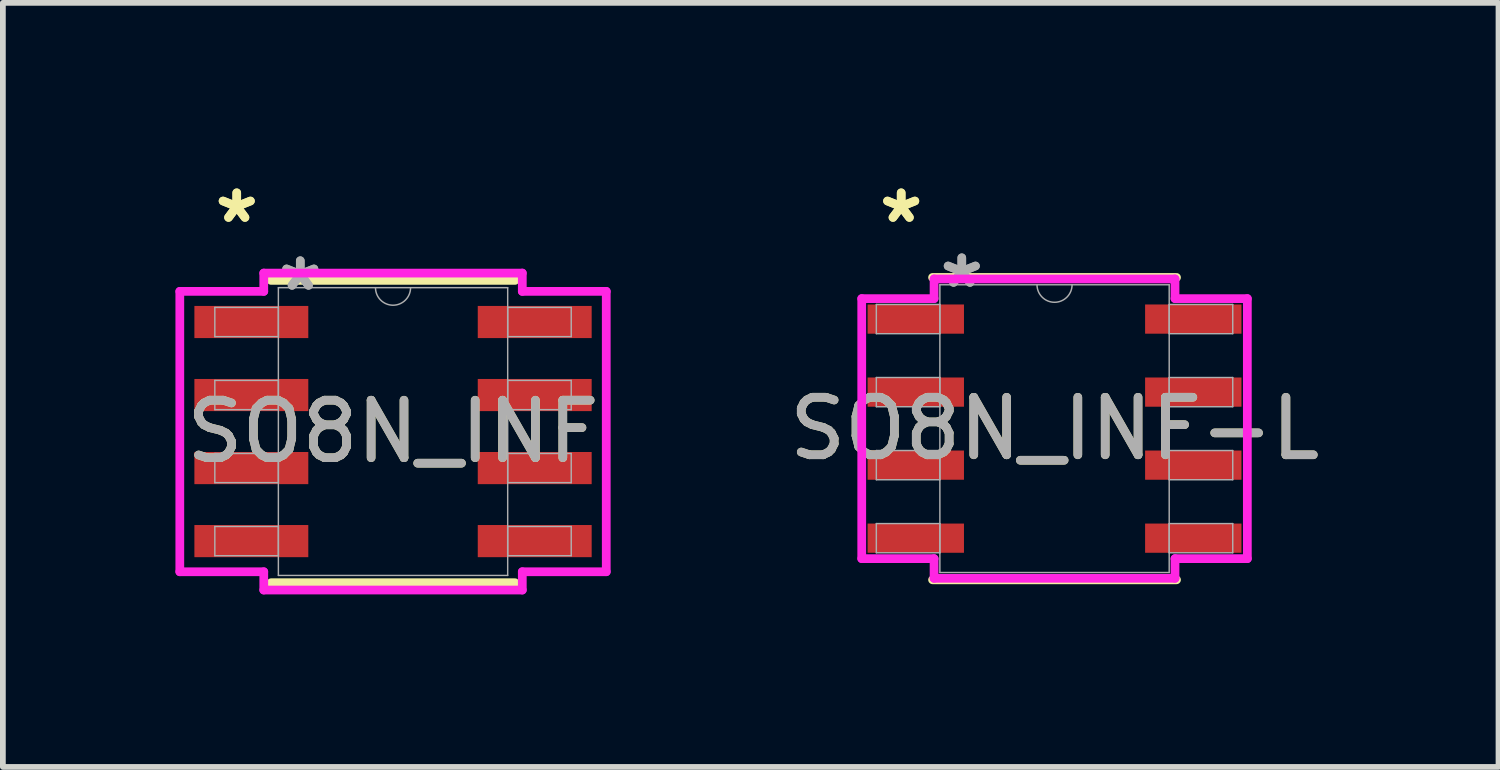
<source format=kicad_pcb>
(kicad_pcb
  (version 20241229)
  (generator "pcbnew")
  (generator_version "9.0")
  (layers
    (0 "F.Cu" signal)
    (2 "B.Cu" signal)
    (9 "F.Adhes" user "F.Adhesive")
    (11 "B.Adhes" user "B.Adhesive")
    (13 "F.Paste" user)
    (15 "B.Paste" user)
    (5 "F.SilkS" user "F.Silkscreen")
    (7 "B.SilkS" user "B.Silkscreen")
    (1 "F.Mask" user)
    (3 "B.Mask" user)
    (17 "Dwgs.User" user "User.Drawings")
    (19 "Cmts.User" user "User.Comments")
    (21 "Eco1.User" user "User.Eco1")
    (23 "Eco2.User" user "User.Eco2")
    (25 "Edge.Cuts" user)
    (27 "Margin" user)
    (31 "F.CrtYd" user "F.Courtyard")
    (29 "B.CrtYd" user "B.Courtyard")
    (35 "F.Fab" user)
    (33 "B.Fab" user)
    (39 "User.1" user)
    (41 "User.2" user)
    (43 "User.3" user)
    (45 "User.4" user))
  (footprint "SO8N_INF-L"
    (layer "F.Cu")
    (at 15.289 4.404)
    (property "Reference" "SO8N_INF-L" (at 0 0 0) (unlocked yes) (layer "F.SilkS") (effects (font (size 1 1) (thickness 0.15))))
    (attr smd)
    (fp_line (start -2.121 2.629) (end 2.121 2.629) (stroke (width 0.152) (type solid)) (layer "F.SilkS"))
    (fp_line (start 2.121 -2.629) (end -2.121 -2.629) (stroke (width 0.152) (type solid)) (layer "F.SilkS"))
    (fp_line (start -3.353 -2.261) (end -2.095 -2.261) (stroke (width 0.152) (type solid)) (layer "F.CrtYd"))
    (fp_line (start -3.353 2.261) (end -3.353 -2.261) (stroke (width 0.152) (type solid)) (layer "F.CrtYd"))
    (fp_line (start -3.353 2.261) (end -2.095 2.261) (stroke (width 0.152) (type solid)) (layer "F.CrtYd"))
    (fp_line (start -2.095 -2.603) (end 2.095 -2.603) (stroke (width 0.152) (type solid)) (layer "F.CrtYd"))
    (fp_line (start -2.095 -2.261) (end -2.095 -2.603) (stroke (width 0.152) (type solid)) (layer "F.CrtYd"))
    (fp_line (start -2.095 2.603) (end -2.095 2.261) (stroke (width 0.152) (type solid)) (layer "F.CrtYd"))
    (fp_line (start 2.095 -2.603) (end 2.095 -2.261) (stroke (width 0.152) (type solid)) (layer "F.CrtYd"))
    (fp_line (start 2.095 2.261) (end 2.095 2.603) (stroke (width 0.152) (type solid)) (layer "F.CrtYd"))
    (fp_line (start 2.095 2.603) (end -2.095 2.603) (stroke (width 0.152) (type solid)) (layer "F.CrtYd"))
    (fp_line (start 3.353 -2.261) (end 2.095 -2.261) (stroke (width 0.152) (type solid)) (layer "F.CrtYd"))
    (fp_line (start 3.353 -2.261) (end 3.353 2.261) (stroke (width 0.152) (type solid)) (layer "F.CrtYd"))
    (fp_line (start 3.353 2.261) (end 2.095 2.261) (stroke (width 0.152) (type solid)) (layer "F.CrtYd"))
    (fp_line (start -3.099 -2.159) (end -3.099 -1.651) (stroke (width 0.025) (type solid)) (layer "F.Fab"))
    (fp_line (start -3.099 -1.651) (end -1.994 -1.651) (stroke (width 0.025) (type solid)) (layer "F.Fab"))
    (fp_line (start -3.099 -0.889) (end -3.099 -0.381) (stroke (width 0.025) (type solid)) (layer "F.Fab"))
    (fp_line (start -3.099 -0.381) (end -1.994 -0.381) (stroke (width 0.025) (type solid)) (layer "F.Fab"))
    (fp_line (start -3.099 0.381) (end -3.099 0.889) (stroke (width 0.025) (type solid)) (layer "F.Fab"))
    (fp_line (start -3.099 0.889) (end -1.994 0.889) (stroke (width 0.025) (type solid)) (layer "F.Fab"))
    (fp_line (start -3.099 1.651) (end -3.099 2.159) (stroke (width 0.025) (type solid)) (layer "F.Fab"))
    (fp_line (start -3.099 2.159) (end -1.994 2.159) (stroke (width 0.025) (type solid)) (layer "F.Fab"))
    (fp_line (start -1.994 -2.502) (end -1.994 2.502) (stroke (width 0.025) (type solid)) (layer "F.Fab"))
    (fp_line (start -1.994 -2.159) (end -3.099 -2.159) (stroke (width 0.025) (type solid)) (layer "F.Fab"))
    (fp_line (start -1.994 -1.651) (end -1.994 -2.159) (stroke (width 0.025) (type solid)) (layer "F.Fab"))
    (fp_line (start -1.994 -0.889) (end -3.099 -0.889) (stroke (width 0.025) (type solid)) (layer "F.Fab"))
    (fp_line (start -1.994 -0.381) (end -1.994 -0.889) (stroke (width 0.025) (type solid)) (layer "F.Fab"))
    (fp_line (start -1.994 0.381) (end -3.099 0.381) (stroke (width 0.025) (type solid)) (layer "F.Fab"))
    (fp_line (start -1.994 0.889) (end -1.994 0.381) (stroke (width 0.025) (type solid)) (layer "F.Fab"))
    (fp_line (start -1.994 1.651) (end -3.099 1.651) (stroke (width 0.025) (type solid)) (layer "F.Fab"))
    (fp_line (start -1.994 2.159) (end -1.994 1.651) (stroke (width 0.025) (type solid)) (layer "F.Fab"))
    (fp_line (start -1.994 2.502) (end 1.994 2.502) (stroke (width 0.025) (type solid)) (layer "F.Fab"))
    (fp_line (start 1.994 -2.502) (end -1.994 -2.502) (stroke (width 0.025) (type solid)) (layer "F.Fab"))
    (fp_line (start 1.994 -2.159) (end 1.994 -1.651) (stroke (width 0.025) (type solid)) (layer "F.Fab"))
    (fp_line (start 1.994 -1.651) (end 3.099 -1.651) (stroke (width 0.025) (type solid)) (layer "F.Fab"))
    (fp_line (start 1.994 -0.889) (end 1.994 -0.381) (stroke (width 0.025) (type solid)) (layer "F.Fab"))
    (fp_line (start 1.994 -0.381) (end 3.099 -0.381) (stroke (width 0.025) (type solid)) (layer "F.Fab"))
    (fp_line (start 1.994 0.381) (end 1.994 0.889) (stroke (width 0.025) (type solid)) (layer "F.Fab"))
    (fp_line (start 1.994 0.889) (end 3.099 0.889) (stroke (width 0.025) (type solid)) (layer "F.Fab"))
    (fp_line (start 1.994 1.651) (end 1.994 2.159) (stroke (width 0.025) (type solid)) (layer "F.Fab"))
    (fp_line (start 1.994 2.159) (end 3.099 2.159) (stroke (width 0.025) (type solid)) (layer "F.Fab"))
    (fp_line (start 1.994 2.502) (end 1.994 -2.502) (stroke (width 0.025) (type solid)) (layer "F.Fab"))
    (fp_line (start 3.099 -2.159) (end 1.994 -2.159) (stroke (width 0.025) (type solid)) (layer "F.Fab"))
    (fp_line (start 3.099 -1.651) (end 3.099 -2.159) (stroke (width 0.025) (type solid)) (layer "F.Fab"))
    (fp_line (start 3.099 -0.889) (end 1.994 -0.889) (stroke (width 0.025) (type solid)) (layer "F.Fab"))
    (fp_line (start 3.099 -0.381) (end 3.099 -0.889) (stroke (width 0.025) (type solid)) (layer "F.Fab"))
    (fp_line (start 3.099 0.381) (end 1.994 0.381) (stroke (width 0.025) (type solid)) (layer "F.Fab"))
    (fp_line (start 3.099 0.889) (end 3.099 0.381) (stroke (width 0.025) (type solid)) (layer "F.Fab"))
    (fp_line (start 3.099 1.651) (end 1.994 1.651) (stroke (width 0.025) (type solid)) (layer "F.Fab"))
    (fp_line (start 3.099 2.159) (end 3.099 1.651) (stroke (width 0.025) (type solid)) (layer "F.Fab"))
    (fp_arc (start 0.3048 -2.5019) (mid 0 -2.1971) (end -0.3048 -2.5019) (stroke (width 0.0254) (type solid)) (layer "F.Fab"))
    (fp_text user "*" (at -2.667 -3.556 0) (unlocked yes) (layer "F.SilkS") (effects (font (size 1 1) (thickness 0.15))))
    (fp_text user "*" (at -2.667 -3.556 0) (layer "F.SilkS") (effects (font (size 1 1) (thickness 0.15))))
    (fp_text user "*" (at -1.613 -2.426 0) (unlocked yes) (layer "F.Fab") (effects (font (size 1 1) (thickness 0.15))))
    (fp_text user "*" (at -1.613 -2.426 0) (layer "F.Fab") (effects (font (size 1 1) (thickness 0.15))))
    (fp_text user "${REFERENCE}" (at 0 0 0) (unlocked yes) (layer "F.Fab") (effects (font (size 1 1) (thickness 0.15))))
    (pad "1" smd rect (at -2.413 -1.905) (size 1.676 0.508) (layers "F.Cu" "F.Mask" "F.Paste"))
    (pad "2" smd rect (at -2.413 -0.635) (size 1.676 0.508) (layers "F.Cu" "F.Mask" "F.Paste"))
    (pad "3" smd rect (at -2.413 0.635) (size 1.676 0.508) (layers "F.Cu" "F.Mask" "F.Paste"))
    (pad "4" smd rect (at -2.413 1.905) (size 1.676 0.508) (layers "F.Cu" "F.Mask" "F.Paste"))
    (pad "5" smd rect (at 2.413 1.905) (size 1.676 0.508) (layers "F.Cu" "F.Mask" "F.Paste"))
    (pad "6" smd rect (at 2.413 0.635) (size 1.676 0.508) (layers "F.Cu" "F.Mask" "F.Paste"))
    (pad "7" smd rect (at 2.413 -0.635) (size 1.676 0.508) (layers "F.Cu" "F.Mask" "F.Paste"))
    (pad "8" smd rect (at 2.413 -1.905) (size 1.676 0.508) (layers "F.Cu" "F.Mask" "F.Paste")))
  (footprint "SO8N_INF"
    (layer "F.Cu")
    (at 3.785 4.455)
    (property "Reference" "SO8N_INF" (at 0 0 0) (unlocked yes) (layer "F.SilkS") (effects (font (size 1 1) (thickness 0.15))))
    (attr smd)
    (fp_line (start -2.121 2.629) (end 2.121 2.629) (stroke (width 0.152) (type solid)) (layer "F.SilkS"))
    (fp_line (start 2.121 -2.629) (end -2.121 -2.629) (stroke (width 0.152) (type solid)) (layer "F.SilkS"))
    (fp_line (start -3.708 -2.438) (end -2.248 -2.438) (stroke (width 0.152) (type solid)) (layer "F.CrtYd"))
    (fp_line (start -3.708 2.438) (end -3.708 -2.438) (stroke (width 0.152) (type solid)) (layer "F.CrtYd"))
    (fp_line (start -3.708 2.438) (end -2.248 2.438) (stroke (width 0.152) (type solid)) (layer "F.CrtYd"))
    (fp_line (start -2.248 -2.756) (end 2.248 -2.756) (stroke (width 0.152) (type solid)) (layer "F.CrtYd"))
    (fp_line (start -2.248 -2.438) (end -2.248 -2.756) (stroke (width 0.152) (type solid)) (layer "F.CrtYd"))
    (fp_line (start -2.248 2.756) (end -2.248 2.438) (stroke (width 0.152) (type solid)) (layer "F.CrtYd"))
    (fp_line (start 2.248 -2.756) (end 2.248 -2.438) (stroke (width 0.152) (type solid)) (layer "F.CrtYd"))
    (fp_line (start 2.248 2.438) (end 2.248 2.756) (stroke (width 0.152) (type solid)) (layer "F.CrtYd"))
    (fp_line (start 2.248 2.756) (end -2.248 2.756) (stroke (width 0.152) (type solid)) (layer "F.CrtYd"))
    (fp_line (start 3.708 -2.438) (end 2.248 -2.438) (stroke (width 0.152) (type solid)) (layer "F.CrtYd"))
    (fp_line (start 3.708 -2.438) (end 3.708 2.438) (stroke (width 0.152) (type solid)) (layer "F.CrtYd"))
    (fp_line (start 3.708 2.438) (end 2.248 2.438) (stroke (width 0.152) (type solid)) (layer "F.CrtYd"))
    (fp_line (start -3.099 -2.159) (end -3.099 -1.651) (stroke (width 0.025) (type solid)) (layer "F.Fab"))
    (fp_line (start -3.099 -1.651) (end -1.994 -1.651) (stroke (width 0.025) (type solid)) (layer "F.Fab"))
    (fp_line (start -3.099 -0.889) (end -3.099 -0.381) (stroke (width 0.025) (type solid)) (layer "F.Fab"))
    (fp_line (start -3.099 -0.381) (end -1.994 -0.381) (stroke (width 0.025) (type solid)) (layer "F.Fab"))
    (fp_line (start -3.099 0.381) (end -3.099 0.889) (stroke (width 0.025) (type solid)) (layer "F.Fab"))
    (fp_line (start -3.099 0.889) (end -1.994 0.889) (stroke (width 0.025) (type solid)) (layer "F.Fab"))
    (fp_line (start -3.099 1.651) (end -3.099 2.159) (stroke (width 0.025) (type solid)) (layer "F.Fab"))
    (fp_line (start -3.099 2.159) (end -1.994 2.159) (stroke (width 0.025) (type solid)) (layer "F.Fab"))
    (fp_line (start -1.994 -2.502) (end -1.994 2.502) (stroke (width 0.025) (type solid)) (layer "F.Fab"))
    (fp_line (start -1.994 -2.159) (end -3.099 -2.159) (stroke (width 0.025) (type solid)) (layer "F.Fab"))
    (fp_line (start -1.994 -1.651) (end -1.994 -2.159) (stroke (width 0.025) (type solid)) (layer "F.Fab"))
    (fp_line (start -1.994 -0.889) (end -3.099 -0.889) (stroke (width 0.025) (type solid)) (layer "F.Fab"))
    (fp_line (start -1.994 -0.381) (end -1.994 -0.889) (stroke (width 0.025) (type solid)) (layer "F.Fab"))
    (fp_line (start -1.994 0.381) (end -3.099 0.381) (stroke (width 0.025) (type solid)) (layer "F.Fab"))
    (fp_line (start -1.994 0.889) (end -1.994 0.381) (stroke (width 0.025) (type solid)) (layer "F.Fab"))
    (fp_line (start -1.994 1.651) (end -3.099 1.651) (stroke (width 0.025) (type solid)) (layer "F.Fab"))
    (fp_line (start -1.994 2.159) (end -1.994 1.651) (stroke (width 0.025) (type solid)) (layer "F.Fab"))
    (fp_line (start -1.994 2.502) (end 1.994 2.502) (stroke (width 0.025) (type solid)) (layer "F.Fab"))
    (fp_line (start 1.994 -2.502) (end -1.994 -2.502) (stroke (width 0.025) (type solid)) (layer "F.Fab"))
    (fp_line (start 1.994 -2.159) (end 1.994 -1.651) (stroke (width 0.025) (type solid)) (layer "F.Fab"))
    (fp_line (start 1.994 -1.651) (end 3.099 -1.651) (stroke (width 0.025) (type solid)) (layer "F.Fab"))
    (fp_line (start 1.994 -0.889) (end 1.994 -0.381) (stroke (width 0.025) (type solid)) (layer "F.Fab"))
    (fp_line (start 1.994 -0.381) (end 3.099 -0.381) (stroke (width 0.025) (type solid)) (layer "F.Fab"))
    (fp_line (start 1.994 0.381) (end 1.994 0.889) (stroke (width 0.025) (type solid)) (layer "F.Fab"))
    (fp_line (start 1.994 0.889) (end 3.099 0.889) (stroke (width 0.025) (type solid)) (layer "F.Fab"))
    (fp_line (start 1.994 1.651) (end 1.994 2.159) (stroke (width 0.025) (type solid)) (layer "F.Fab"))
    (fp_line (start 1.994 2.159) (end 3.099 2.159) (stroke (width 0.025) (type solid)) (layer "F.Fab"))
    (fp_line (start 1.994 2.502) (end 1.994 -2.502) (stroke (width 0.025) (type solid)) (layer "F.Fab"))
    (fp_line (start 3.099 -2.159) (end 1.994 -2.159) (stroke (width 0.025) (type solid)) (layer "F.Fab"))
    (fp_line (start 3.099 -1.651) (end 3.099 -2.159) (stroke (width 0.025) (type solid)) (layer "F.Fab"))
    (fp_line (start 3.099 -0.889) (end 1.994 -0.889) (stroke (width 0.025) (type solid)) (layer "F.Fab"))
    (fp_line (start 3.099 -0.381) (end 3.099 -0.889) (stroke (width 0.025) (type solid)) (layer "F.Fab"))
    (fp_line (start 3.099 0.381) (end 1.994 0.381) (stroke (width 0.025) (type solid)) (layer "F.Fab"))
    (fp_line (start 3.099 0.889) (end 3.099 0.381) (stroke (width 0.025) (type solid)) (layer "F.Fab"))
    (fp_line (start 3.099 1.651) (end 1.994 1.651) (stroke (width 0.025) (type solid)) (layer "F.Fab"))
    (fp_line (start 3.099 2.159) (end 3.099 1.651) (stroke (width 0.025) (type solid)) (layer "F.Fab"))
    (fp_arc (start 0.3048 -2.5019) (mid 0 -2.1971) (end -0.3048 -2.5019) (stroke (width 0.0254) (type solid)) (layer "F.Fab"))
    (fp_text user "*" (at -2.718 -3.607 0) (unlocked yes) (layer "F.SilkS") (effects (font (size 1 1) (thickness 0.15))))
    (fp_text user "*" (at -2.718 -3.607 0) (layer "F.SilkS") (effects (font (size 1 1) (thickness 0.15))))
    (fp_text user "*" (at -1.613 -2.426 0) (unlocked yes) (layer "F.Fab") (effects (font (size 1 1) (thickness 0.15))))
    (fp_text user "*" (at -1.613 -2.426 0) (layer "F.Fab") (effects (font (size 1 1) (thickness 0.15))))
    (fp_text user "${REFERENCE}" (at 0 0 0) (unlocked yes) (layer "F.Fab") (effects (font (size 1 1) (thickness 0.15))))
    (pad "1" smd rect (at -2.464 -1.905) (size 1.981 0.559) (layers "F.Cu" "F.Mask" "F.Paste"))
    (pad "2" smd rect (at -2.464 -0.635) (size 1.981 0.559) (layers "F.Cu" "F.Mask" "F.Paste"))
    (pad "3" smd rect (at -2.464 0.635) (size 1.981 0.559) (layers "F.Cu" "F.Mask" "F.Paste"))
    (pad "4" smd rect (at -2.464 1.905) (size 1.981 0.559) (layers "F.Cu" "F.Mask" "F.Paste"))
    (pad "5" smd rect (at 2.464 1.905) (size 1.981 0.559) (layers "F.Cu" "F.Mask" "F.Paste"))
    (pad "6" smd rect (at 2.464 0.635) (size 1.981 0.559) (layers "F.Cu" "F.Mask" "F.Paste"))
    (pad "7" smd rect (at 2.464 -0.635) (size 1.981 0.559) (layers "F.Cu" "F.Mask" "F.Paste"))
    (pad "8" smd rect (at 2.464 -1.905) (size 1.981 0.559) (layers "F.Cu" "F.Mask" "F.Paste")))
  (gr_rect
    (start -3 -3)
    (end 23.01 10.287)
    (stroke (width 0.1) (type default))
    (fill no)
    (layer "Edge.Cuts")))
</source>
